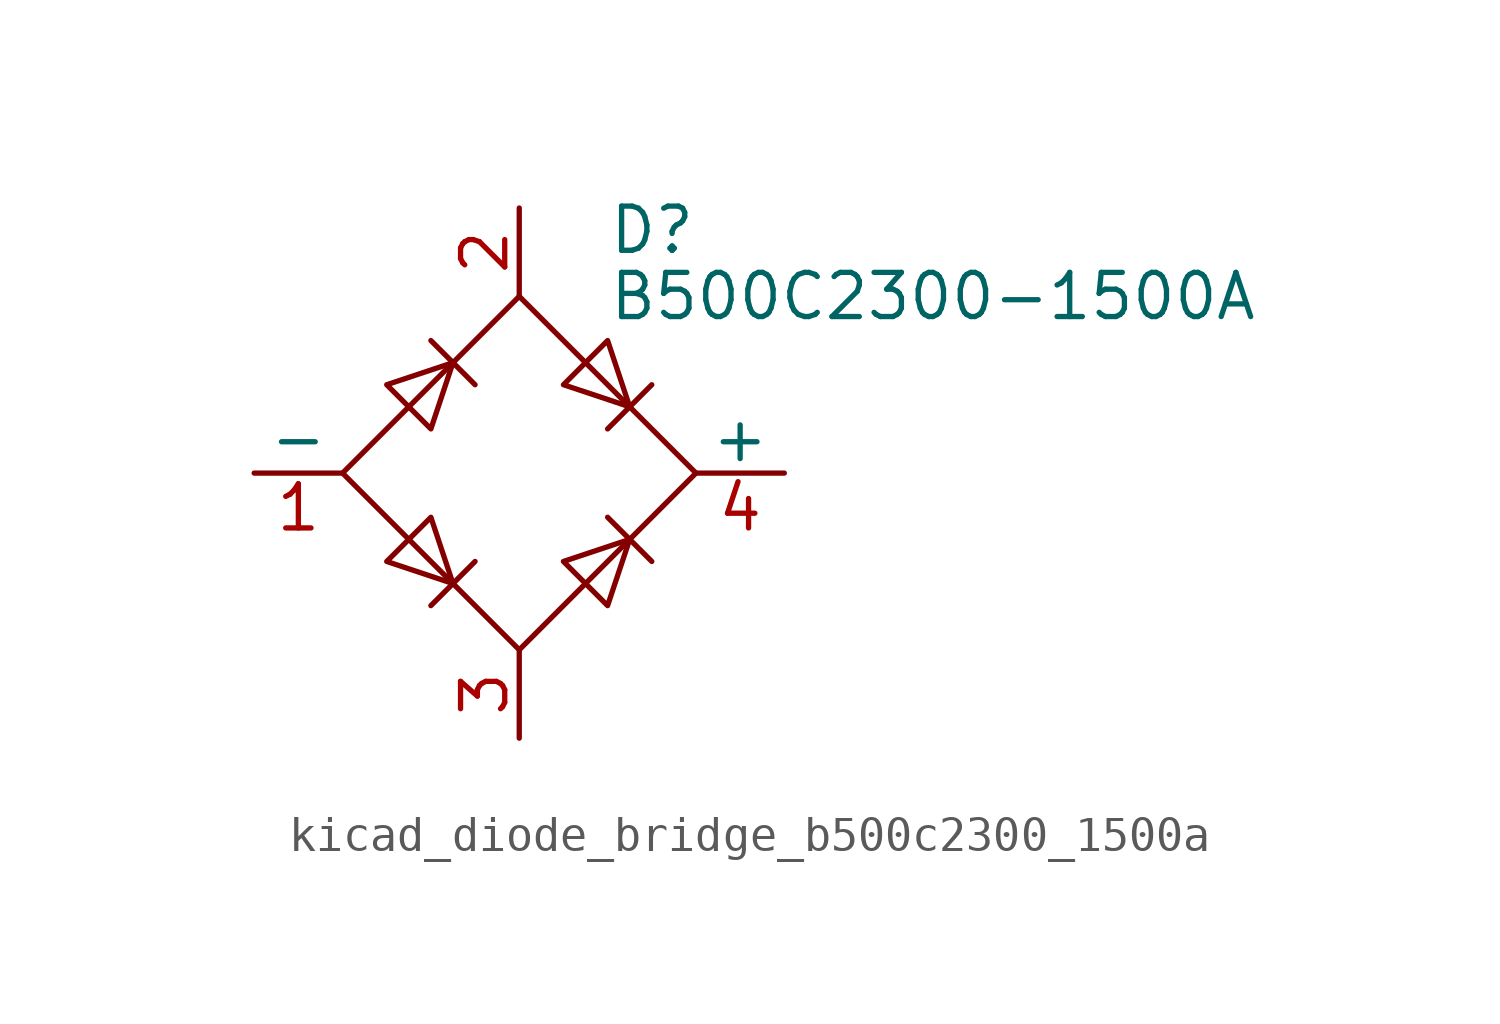
<source format=kicad_sym>
(kicad_symbol_lib
  (version 20220914)
  (generator kicad_symbol_editor)
  (symbol "kicad_diode_bridge_b500c2300_1500a"
    (pin_names
      (offset 0))
    (property "Reference" "D"
      (at 2.54 6.985 0)
      (effects (font (size 1.27 1.27)) (justify left)))
    (property "Value" "B500C2300-1500A"
      (at 2.54 5.08 0)
      (effects (font (size 1.27 1.27)) (justify left)))
    (symbol "kicad_diode_bridge_b500c2300_1500a_0_1"
      (polyline (pts (xy -2.54 3.81) (xy -1.27 2.54)) (stroke (width 0) (type default)) (fill (type none)))
      (polyline (pts (xy -1.27 -2.54) (xy -2.54 -3.81)) (stroke (width 0) (type default)) (fill (type none)))
      (polyline (pts (xy 2.54 -1.27) (xy 3.81 -2.54)) (stroke (width 0) (type default)) (fill (type none)))
      (polyline (pts (xy 2.54 1.27) (xy 3.81 2.54)) (stroke (width 0) (type default)) (fill (type none)))
      (polyline (pts (xy -3.81 2.54) (xy -2.54 1.27) (xy -1.905 3.175) (xy -3.81 2.54)) (stroke (width 0) (type default)) (fill (type none)))
      (polyline (pts (xy -2.54 -1.27) (xy -3.81 -2.54) (xy -1.905 -3.175) (xy -2.54 -1.27)) (stroke (width 0) (type default)) (fill (type none)))
      (polyline (pts (xy 1.27 2.54) (xy 2.54 3.81) (xy 3.175 1.905) (xy 1.27 2.54)) (stroke (width 0) (type default)) (fill (type none)))
      (polyline (pts (xy 3.175 -1.905) (xy 1.27 -2.54) (xy 2.54 -3.81) (xy 3.175 -1.905)) (stroke (width 0) (type default)) (fill (type none)))
      (polyline (pts (xy -5.08 0) (xy 0 -5.08) (xy 5.08 0) (xy 0 5.08) (xy -5.08 0)) (stroke (width 0) (type default)) (fill (type none))))
    (symbol "kicad_diode_bridge_b500c2300_1500a_1_1"
      (pin passive line (at -7.62 0 0) (length 2.54) (name "-" (effects (font (size 1.27 1.27)))) (number "1" (effects (font (size 1.27 1.27)))))
      (pin passive line (at 0 7.62 270) (length 2.54) (name "~" (effects (font (size 1.27 1.27)))) (number "2" (effects (font (size 1.27 1.27)))))
      (pin passive line (at 0 -7.62 90) (length 2.54) (name "~" (effects (font (size 1.27 1.27)))) (number "3" (effects (font (size 1.27 1.27)))))
      (pin passive line (at 7.62 0 180) (length 2.54) (name "+" (effects (font (size 1.27 1.27)))) (number "4" (effects (font (size 1.27 1.27))))))))
</source>
